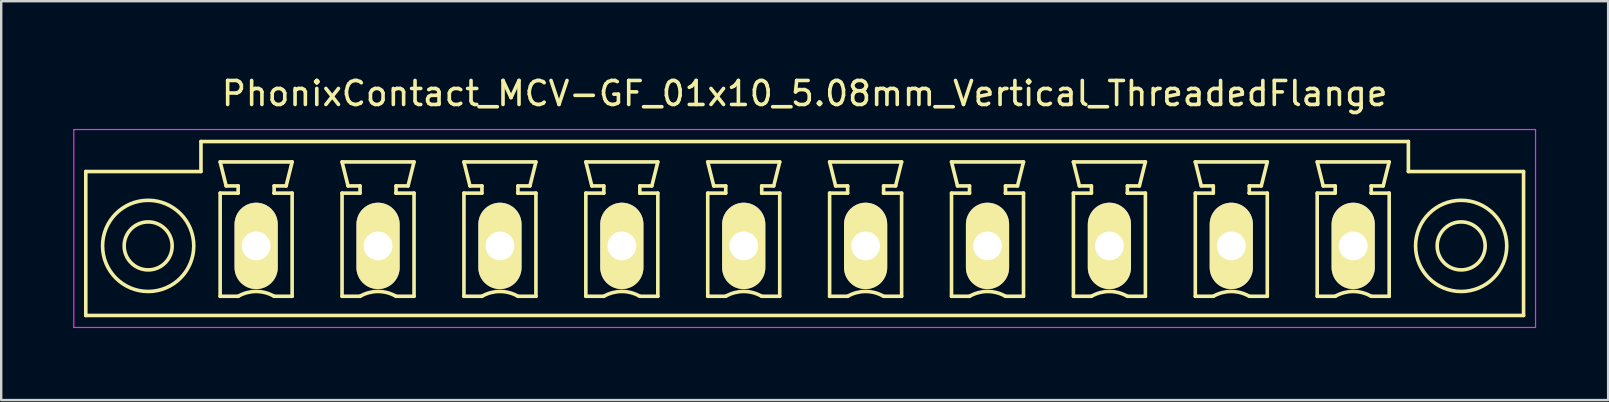
<source format=kicad_pcb>
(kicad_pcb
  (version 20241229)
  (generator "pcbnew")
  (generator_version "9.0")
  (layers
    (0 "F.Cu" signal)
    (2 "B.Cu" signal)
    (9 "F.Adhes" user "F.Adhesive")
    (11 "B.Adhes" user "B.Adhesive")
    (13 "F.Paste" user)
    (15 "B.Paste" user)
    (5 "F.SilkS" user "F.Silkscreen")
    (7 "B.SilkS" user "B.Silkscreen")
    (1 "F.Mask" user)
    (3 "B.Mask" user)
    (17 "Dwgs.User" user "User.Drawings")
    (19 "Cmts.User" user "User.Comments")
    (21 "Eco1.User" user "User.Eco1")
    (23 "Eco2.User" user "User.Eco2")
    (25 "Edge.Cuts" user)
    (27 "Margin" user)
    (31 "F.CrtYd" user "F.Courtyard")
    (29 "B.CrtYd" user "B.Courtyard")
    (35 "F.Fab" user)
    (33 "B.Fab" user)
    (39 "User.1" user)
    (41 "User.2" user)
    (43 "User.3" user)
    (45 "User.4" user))
  (footprint "PhonixContact_MCV-GF_01x10_5.08mm_Vertical_ThreadedFlange"
    (layer "F.Cu")
    (at 7.625 7.198)
    (property "Reference" "PhonixContact_MCV-GF_01x10_5.08mm_Vertical_ThreadedFlange" (at 22.86 -6.35 0) (layer "F.SilkS") (effects (font (size 1 1) (thickness 0.15))))
    (attr through_hole)
    (fp_line (start -7.1 -3.1) (end -7.1 2.9) (stroke (width 0.15) (type solid)) (layer "F.SilkS"))
    (fp_line (start -7.1 2.9) (end 52.82 2.9) (stroke (width 0.15) (type solid)) (layer "F.SilkS"))
    (fp_line (start -2.3 -4.35) (end -2.3 -3.1) (stroke (width 0.15) (type solid)) (layer "F.SilkS"))
    (fp_line (start -2.3 -3.1) (end -7.1 -3.1) (stroke (width 0.15) (type solid)) (layer "F.SilkS"))
    (fp_line (start -1.5 -3.5) (end 1.5 -3.5) (stroke (width 0.15) (type solid)) (layer "F.SilkS"))
    (fp_line (start -1.5 -2.2) (end -0.75 -2.2) (stroke (width 0.15) (type solid)) (layer "F.SilkS"))
    (fp_line (start -1.5 2.1) (end -1.5 -2.2) (stroke (width 0.15) (type solid)) (layer "F.SilkS"))
    (fp_line (start -1.25 -2.5) (end -1.5 -3.5) (stroke (width 0.15) (type solid)) (layer "F.SilkS"))
    (fp_line (start -0.75 -2.5) (end -1.25 -2.5) (stroke (width 0.15) (type solid)) (layer "F.SilkS"))
    (fp_line (start -0.75 -2.2) (end -0.75 -2.5) (stroke (width 0.15) (type solid)) (layer "F.SilkS"))
    (fp_line (start -0.75 2.1) (end -1.5 2.1) (stroke (width 0.15) (type solid)) (layer "F.SilkS"))
    (fp_line (start 0.75 -2.5) (end 0.75 -2.2) (stroke (width 0.15) (type solid)) (layer "F.SilkS"))
    (fp_line (start 0.75 -2.2) (end 0.75 -2.2) (stroke (width 0.15) (type solid)) (layer "F.SilkS"))
    (fp_line (start 0.75 -2.2) (end 1.5 -2.2) (stroke (width 0.15) (type solid)) (layer "F.SilkS"))
    (fp_line (start 1.25 -2.5) (end 0.75 -2.5) (stroke (width 0.15) (type solid)) (layer "F.SilkS"))
    (fp_line (start 1.5 -3.5) (end 1.25 -2.5) (stroke (width 0.15) (type solid)) (layer "F.SilkS"))
    (fp_line (start 1.5 -2.2) (end 1.5 2.1) (stroke (width 0.15) (type solid)) (layer "F.SilkS"))
    (fp_line (start 1.5 2.1) (end 0.75 2.1) (stroke (width 0.15) (type solid)) (layer "F.SilkS"))
    (fp_line (start 3.58 -3.5) (end 6.58 -3.5) (stroke (width 0.15) (type solid)) (layer "F.SilkS"))
    (fp_line (start 3.58 -2.2) (end 4.33 -2.2) (stroke (width 0.15) (type solid)) (layer "F.SilkS"))
    (fp_line (start 3.58 2.1) (end 3.58 -2.2) (stroke (width 0.15) (type solid)) (layer "F.SilkS"))
    (fp_line (start 3.83 -2.5) (end 3.58 -3.5) (stroke (width 0.15) (type solid)) (layer "F.SilkS"))
    (fp_line (start 4.33 -2.5) (end 3.83 -2.5) (stroke (width 0.15) (type solid)) (layer "F.SilkS"))
    (fp_line (start 4.33 -2.2) (end 4.33 -2.5) (stroke (width 0.15) (type solid)) (layer "F.SilkS"))
    (fp_line (start 4.33 2.1) (end 3.58 2.1) (stroke (width 0.15) (type solid)) (layer "F.SilkS"))
    (fp_line (start 5.83 -2.5) (end 5.83 -2.2) (stroke (width 0.15) (type solid)) (layer "F.SilkS"))
    (fp_line (start 5.83 -2.2) (end 5.83 -2.2) (stroke (width 0.15) (type solid)) (layer "F.SilkS"))
    (fp_line (start 5.83 -2.2) (end 6.58 -2.2) (stroke (width 0.15) (type solid)) (layer "F.SilkS"))
    (fp_line (start 6.33 -2.5) (end 5.83 -2.5) (stroke (width 0.15) (type solid)) (layer "F.SilkS"))
    (fp_line (start 6.58 -3.5) (end 6.33 -2.5) (stroke (width 0.15) (type solid)) (layer "F.SilkS"))
    (fp_line (start 6.58 -2.2) (end 6.58 2.1) (stroke (width 0.15) (type solid)) (layer "F.SilkS"))
    (fp_line (start 6.58 2.1) (end 5.83 2.1) (stroke (width 0.15) (type solid)) (layer "F.SilkS"))
    (fp_line (start 8.66 -3.5) (end 11.66 -3.5) (stroke (width 0.15) (type solid)) (layer "F.SilkS"))
    (fp_line (start 8.66 -2.2) (end 9.41 -2.2) (stroke (width 0.15) (type solid)) (layer "F.SilkS"))
    (fp_line (start 8.66 2.1) (end 8.66 -2.2) (stroke (width 0.15) (type solid)) (layer "F.SilkS"))
    (fp_line (start 8.91 -2.5) (end 8.66 -3.5) (stroke (width 0.15) (type solid)) (layer "F.SilkS"))
    (fp_line (start 9.41 -2.5) (end 8.91 -2.5) (stroke (width 0.15) (type solid)) (layer "F.SilkS"))
    (fp_line (start 9.41 -2.2) (end 9.41 -2.5) (stroke (width 0.15) (type solid)) (layer "F.SilkS"))
    (fp_line (start 9.41 2.1) (end 8.66 2.1) (stroke (width 0.15) (type solid)) (layer "F.SilkS"))
    (fp_line (start 10.91 -2.5) (end 10.91 -2.2) (stroke (width 0.15) (type solid)) (layer "F.SilkS"))
    (fp_line (start 10.91 -2.2) (end 10.91 -2.2) (stroke (width 0.15) (type solid)) (layer "F.SilkS"))
    (fp_line (start 10.91 -2.2) (end 11.66 -2.2) (stroke (width 0.15) (type solid)) (layer "F.SilkS"))
    (fp_line (start 11.41 -2.5) (end 10.91 -2.5) (stroke (width 0.15) (type solid)) (layer "F.SilkS"))
    (fp_line (start 11.66 -3.5) (end 11.41 -2.5) (stroke (width 0.15) (type solid)) (layer "F.SilkS"))
    (fp_line (start 11.66 -2.2) (end 11.66 2.1) (stroke (width 0.15) (type solid)) (layer "F.SilkS"))
    (fp_line (start 11.66 2.1) (end 10.91 2.1) (stroke (width 0.15) (type solid)) (layer "F.SilkS"))
    (fp_line (start 13.74 -3.5) (end 16.74 -3.5) (stroke (width 0.15) (type solid)) (layer "F.SilkS"))
    (fp_line (start 13.74 -2.2) (end 14.49 -2.2) (stroke (width 0.15) (type solid)) (layer "F.SilkS"))
    (fp_line (start 13.74 2.1) (end 13.74 -2.2) (stroke (width 0.15) (type solid)) (layer "F.SilkS"))
    (fp_line (start 13.99 -2.5) (end 13.74 -3.5) (stroke (width 0.15) (type solid)) (layer "F.SilkS"))
    (fp_line (start 14.49 -2.5) (end 13.99 -2.5) (stroke (width 0.15) (type solid)) (layer "F.SilkS"))
    (fp_line (start 14.49 -2.2) (end 14.49 -2.5) (stroke (width 0.15) (type solid)) (layer "F.SilkS"))
    (fp_line (start 14.49 2.1) (end 13.74 2.1) (stroke (width 0.15) (type solid)) (layer "F.SilkS"))
    (fp_line (start 15.99 -2.5) (end 15.99 -2.2) (stroke (width 0.15) (type solid)) (layer "F.SilkS"))
    (fp_line (start 15.99 -2.2) (end 15.99 -2.2) (stroke (width 0.15) (type solid)) (layer "F.SilkS"))
    (fp_line (start 15.99 -2.2) (end 16.74 -2.2) (stroke (width 0.15) (type solid)) (layer "F.SilkS"))
    (fp_line (start 16.49 -2.5) (end 15.99 -2.5) (stroke (width 0.15) (type solid)) (layer "F.SilkS"))
    (fp_line (start 16.74 -3.5) (end 16.49 -2.5) (stroke (width 0.15) (type solid)) (layer "F.SilkS"))
    (fp_line (start 16.74 -2.2) (end 16.74 2.1) (stroke (width 0.15) (type solid)) (layer "F.SilkS"))
    (fp_line (start 16.74 2.1) (end 15.99 2.1) (stroke (width 0.15) (type solid)) (layer "F.SilkS"))
    (fp_line (start 18.82 -3.5) (end 21.82 -3.5) (stroke (width 0.15) (type solid)) (layer "F.SilkS"))
    (fp_line (start 18.82 -2.2) (end 19.57 -2.2) (stroke (width 0.15) (type solid)) (layer "F.SilkS"))
    (fp_line (start 18.82 2.1) (end 18.82 -2.2) (stroke (width 0.15) (type solid)) (layer "F.SilkS"))
    (fp_line (start 19.07 -2.5) (end 18.82 -3.5) (stroke (width 0.15) (type solid)) (layer "F.SilkS"))
    (fp_line (start 19.57 -2.5) (end 19.07 -2.5) (stroke (width 0.15) (type solid)) (layer "F.SilkS"))
    (fp_line (start 19.57 -2.2) (end 19.57 -2.5) (stroke (width 0.15) (type solid)) (layer "F.SilkS"))
    (fp_line (start 19.57 2.1) (end 18.82 2.1) (stroke (width 0.15) (type solid)) (layer "F.SilkS"))
    (fp_line (start 21.07 -2.5) (end 21.07 -2.2) (stroke (width 0.15) (type solid)) (layer "F.SilkS"))
    (fp_line (start 21.07 -2.2) (end 21.07 -2.2) (stroke (width 0.15) (type solid)) (layer "F.SilkS"))
    (fp_line (start 21.07 -2.2) (end 21.82 -2.2) (stroke (width 0.15) (type solid)) (layer "F.SilkS"))
    (fp_line (start 21.57 -2.5) (end 21.07 -2.5) (stroke (width 0.15) (type solid)) (layer "F.SilkS"))
    (fp_line (start 21.82 -3.5) (end 21.57 -2.5) (stroke (width 0.15) (type solid)) (layer "F.SilkS"))
    (fp_line (start 21.82 -2.2) (end 21.82 2.1) (stroke (width 0.15) (type solid)) (layer "F.SilkS"))
    (fp_line (start 21.82 2.1) (end 21.07 2.1) (stroke (width 0.15) (type solid)) (layer "F.SilkS"))
    (fp_line (start 23.9 -3.5) (end 26.9 -3.5) (stroke (width 0.15) (type solid)) (layer "F.SilkS"))
    (fp_line (start 23.9 -2.2) (end 24.65 -2.2) (stroke (width 0.15) (type solid)) (layer "F.SilkS"))
    (fp_line (start 23.9 2.1) (end 23.9 -2.2) (stroke (width 0.15) (type solid)) (layer "F.SilkS"))
    (fp_line (start 24.15 -2.5) (end 23.9 -3.5) (stroke (width 0.15) (type solid)) (layer "F.SilkS"))
    (fp_line (start 24.65 -2.5) (end 24.15 -2.5) (stroke (width 0.15) (type solid)) (layer "F.SilkS"))
    (fp_line (start 24.65 -2.2) (end 24.65 -2.5) (stroke (width 0.15) (type solid)) (layer "F.SilkS"))
    (fp_line (start 24.65 2.1) (end 23.9 2.1) (stroke (width 0.15) (type solid)) (layer "F.SilkS"))
    (fp_line (start 26.15 -2.5) (end 26.15 -2.2) (stroke (width 0.15) (type solid)) (layer "F.SilkS"))
    (fp_line (start 26.15 -2.2) (end 26.15 -2.2) (stroke (width 0.15) (type solid)) (layer "F.SilkS"))
    (fp_line (start 26.15 -2.2) (end 26.9 -2.2) (stroke (width 0.15) (type solid)) (layer "F.SilkS"))
    (fp_line (start 26.65 -2.5) (end 26.15 -2.5) (stroke (width 0.15) (type solid)) (layer "F.SilkS"))
    (fp_line (start 26.9 -3.5) (end 26.65 -2.5) (stroke (width 0.15) (type solid)) (layer "F.SilkS"))
    (fp_line (start 26.9 -2.2) (end 26.9 2.1) (stroke (width 0.15) (type solid)) (layer "F.SilkS"))
    (fp_line (start 26.9 2.1) (end 26.15 2.1) (stroke (width 0.15) (type solid)) (layer "F.SilkS"))
    (fp_line (start 28.98 -3.5) (end 31.98 -3.5) (stroke (width 0.15) (type solid)) (layer "F.SilkS"))
    (fp_line (start 28.98 -2.2) (end 29.73 -2.2) (stroke (width 0.15) (type solid)) (layer "F.SilkS"))
    (fp_line (start 28.98 2.1) (end 28.98 -2.2) (stroke (width 0.15) (type solid)) (layer "F.SilkS"))
    (fp_line (start 29.23 -2.5) (end 28.98 -3.5) (stroke (width 0.15) (type solid)) (layer "F.SilkS"))
    (fp_line (start 29.73 -2.5) (end 29.23 -2.5) (stroke (width 0.15) (type solid)) (layer "F.SilkS"))
    (fp_line (start 29.73 -2.2) (end 29.73 -2.5) (stroke (width 0.15) (type solid)) (layer "F.SilkS"))
    (fp_line (start 29.73 2.1) (end 28.98 2.1) (stroke (width 0.15) (type solid)) (layer "F.SilkS"))
    (fp_line (start 31.23 -2.5) (end 31.23 -2.2) (stroke (width 0.15) (type solid)) (layer "F.SilkS"))
    (fp_line (start 31.23 -2.2) (end 31.23 -2.2) (stroke (width 0.15) (type solid)) (layer "F.SilkS"))
    (fp_line (start 31.23 -2.2) (end 31.98 -2.2) (stroke (width 0.15) (type solid)) (layer "F.SilkS"))
    (fp_line (start 31.73 -2.5) (end 31.23 -2.5) (stroke (width 0.15) (type solid)) (layer "F.SilkS"))
    (fp_line (start 31.98 -3.5) (end 31.73 -2.5) (stroke (width 0.15) (type solid)) (layer "F.SilkS"))
    (fp_line (start 31.98 -2.2) (end 31.98 2.1) (stroke (width 0.15) (type solid)) (layer "F.SilkS"))
    (fp_line (start 31.98 2.1) (end 31.23 2.1) (stroke (width 0.15) (type solid)) (layer "F.SilkS"))
    (fp_line (start 34.06 -3.5) (end 37.06 -3.5) (stroke (width 0.15) (type solid)) (layer "F.SilkS"))
    (fp_line (start 34.06 -2.2) (end 34.81 -2.2) (stroke (width 0.15) (type solid)) (layer "F.SilkS"))
    (fp_line (start 34.06 2.1) (end 34.06 -2.2) (stroke (width 0.15) (type solid)) (layer "F.SilkS"))
    (fp_line (start 34.31 -2.5) (end 34.06 -3.5) (stroke (width 0.15) (type solid)) (layer "F.SilkS"))
    (fp_line (start 34.81 -2.5) (end 34.31 -2.5) (stroke (width 0.15) (type solid)) (layer "F.SilkS"))
    (fp_line (start 34.81 -2.2) (end 34.81 -2.5) (stroke (width 0.15) (type solid)) (layer "F.SilkS"))
    (fp_line (start 34.81 2.1) (end 34.06 2.1) (stroke (width 0.15) (type solid)) (layer "F.SilkS"))
    (fp_line (start 36.31 -2.5) (end 36.31 -2.2) (stroke (width 0.15) (type solid)) (layer "F.SilkS"))
    (fp_line (start 36.31 -2.2) (end 36.31 -2.2) (stroke (width 0.15) (type solid)) (layer "F.SilkS"))
    (fp_line (start 36.31 -2.2) (end 37.06 -2.2) (stroke (width 0.15) (type solid)) (layer "F.SilkS"))
    (fp_line (start 36.81 -2.5) (end 36.31 -2.5) (stroke (width 0.15) (type solid)) (layer "F.SilkS"))
    (fp_line (start 37.06 -3.5) (end 36.81 -2.5) (stroke (width 0.15) (type solid)) (layer "F.SilkS"))
    (fp_line (start 37.06 -2.2) (end 37.06 2.1) (stroke (width 0.15) (type solid)) (layer "F.SilkS"))
    (fp_line (start 37.06 2.1) (end 36.31 2.1) (stroke (width 0.15) (type solid)) (layer "F.SilkS"))
    (fp_line (start 39.14 -3.5) (end 42.14 -3.5) (stroke (width 0.15) (type solid)) (layer "F.SilkS"))
    (fp_line (start 39.14 -2.2) (end 39.89 -2.2) (stroke (width 0.15) (type solid)) (layer "F.SilkS"))
    (fp_line (start 39.14 2.1) (end 39.14 -2.2) (stroke (width 0.15) (type solid)) (layer "F.SilkS"))
    (fp_line (start 39.39 -2.5) (end 39.14 -3.5) (stroke (width 0.15) (type solid)) (layer "F.SilkS"))
    (fp_line (start 39.89 -2.5) (end 39.39 -2.5) (stroke (width 0.15) (type solid)) (layer "F.SilkS"))
    (fp_line (start 39.89 -2.2) (end 39.89 -2.5) (stroke (width 0.15) (type solid)) (layer "F.SilkS"))
    (fp_line (start 39.89 2.1) (end 39.14 2.1) (stroke (width 0.15) (type solid)) (layer "F.SilkS"))
    (fp_line (start 41.39 -2.5) (end 41.39 -2.2) (stroke (width 0.15) (type solid)) (layer "F.SilkS"))
    (fp_line (start 41.39 -2.2) (end 41.39 -2.2) (stroke (width 0.15) (type solid)) (layer "F.SilkS"))
    (fp_line (start 41.39 -2.2) (end 42.14 -2.2) (stroke (width 0.15) (type solid)) (layer "F.SilkS"))
    (fp_line (start 41.89 -2.5) (end 41.39 -2.5) (stroke (width 0.15) (type solid)) (layer "F.SilkS"))
    (fp_line (start 42.14 -3.5) (end 41.89 -2.5) (stroke (width 0.15) (type solid)) (layer "F.SilkS"))
    (fp_line (start 42.14 -2.2) (end 42.14 2.1) (stroke (width 0.15) (type solid)) (layer "F.SilkS"))
    (fp_line (start 42.14 2.1) (end 41.39 2.1) (stroke (width 0.15) (type solid)) (layer "F.SilkS"))
    (fp_line (start 44.22 -3.5) (end 47.22 -3.5) (stroke (width 0.15) (type solid)) (layer "F.SilkS"))
    (fp_line (start 44.22 -2.2) (end 44.97 -2.2) (stroke (width 0.15) (type solid)) (layer "F.SilkS"))
    (fp_line (start 44.22 2.1) (end 44.22 -2.2) (stroke (width 0.15) (type solid)) (layer "F.SilkS"))
    (fp_line (start 44.47 -2.5) (end 44.22 -3.5) (stroke (width 0.15) (type solid)) (layer "F.SilkS"))
    (fp_line (start 44.97 -2.5) (end 44.47 -2.5) (stroke (width 0.15) (type solid)) (layer "F.SilkS"))
    (fp_line (start 44.97 -2.2) (end 44.97 -2.5) (stroke (width 0.15) (type solid)) (layer "F.SilkS"))
    (fp_line (start 44.97 2.1) (end 44.22 2.1) (stroke (width 0.15) (type solid)) (layer "F.SilkS"))
    (fp_line (start 46.47 -2.5) (end 46.47 -2.2) (stroke (width 0.15) (type solid)) (layer "F.SilkS"))
    (fp_line (start 46.47 -2.2) (end 46.47 -2.2) (stroke (width 0.15) (type solid)) (layer "F.SilkS"))
    (fp_line (start 46.47 -2.2) (end 47.22 -2.2) (stroke (width 0.15) (type solid)) (layer "F.SilkS"))
    (fp_line (start 46.97 -2.5) (end 46.47 -2.5) (stroke (width 0.15) (type solid)) (layer "F.SilkS"))
    (fp_line (start 47.22 -3.5) (end 46.97 -2.5) (stroke (width 0.15) (type solid)) (layer "F.SilkS"))
    (fp_line (start 47.22 -2.2) (end 47.22 2.1) (stroke (width 0.15) (type solid)) (layer "F.SilkS"))
    (fp_line (start 47.22 2.1) (end 46.47 2.1) (stroke (width 0.15) (type solid)) (layer "F.SilkS"))
    (fp_line (start 48.02 -4.35) (end -2.3 -4.35) (stroke (width 0.15) (type solid)) (layer "F.SilkS"))
    (fp_line (start 48.02 -3.1) (end 48.02 -4.35) (stroke (width 0.15) (type solid)) (layer "F.SilkS"))
    (fp_line (start 52.82 -3.1) (end 48.02 -3.1) (stroke (width 0.15) (type solid)) (layer "F.SilkS"))
    (fp_line (start 52.82 2.9) (end 52.82 -3.1) (stroke (width 0.15) (type solid)) (layer "F.SilkS"))
    (fp_arc (start -0.75 2.1) (mid -0.006068 1.899179) (end 0.739464 2.093978) (stroke (width 0.15) (type solid)) (layer "F.SilkS"))
    (fp_arc (start 4.33 2.1) (mid 5.073932 1.899179) (end 5.819464 2.093978) (stroke (width 0.15) (type solid)) (layer "F.SilkS"))
    (fp_arc (start 9.41 2.1) (mid 10.153932 1.899179) (end 10.899464 2.093978) (stroke (width 0.15) (type solid)) (layer "F.SilkS"))
    (fp_arc (start 14.49 2.1) (mid 15.233932 1.899179) (end 15.979464 2.093978) (stroke (width 0.15) (type solid)) (layer "F.SilkS"))
    (fp_arc (start 19.57 2.1) (mid 20.313932 1.899179) (end 21.059464 2.093978) (stroke (width 0.15) (type solid)) (layer "F.SilkS"))
    (fp_arc (start 24.65 2.1) (mid 25.393932 1.899179) (end 26.139464 2.093978) (stroke (width 0.15) (type solid)) (layer "F.SilkS"))
    (fp_arc (start 29.73 2.1) (mid 30.473932 1.899179) (end 31.219464 2.093978) (stroke (width 0.15) (type solid)) (layer "F.SilkS"))
    (fp_arc (start 34.81 2.1) (mid 35.553932 1.899179) (end 36.299464 2.093978) (stroke (width 0.15) (type solid)) (layer "F.SilkS"))
    (fp_arc (start 39.89 2.1) (mid 40.633932 1.899179) (end 41.379464 2.093978) (stroke (width 0.15) (type solid)) (layer "F.SilkS"))
    (fp_arc (start 44.97 2.1) (mid 45.713932 1.899179) (end 46.459464 2.093978) (stroke (width 0.15) (type solid)) (layer "F.SilkS"))
    (fp_circle (center -4.5 0) (end -3.5 0) (stroke (width 0.15) (type solid)) (fill no) (layer "F.SilkS"))
    (fp_circle (center -4.5 0) (end -2.6 0) (stroke (width 0.15) (type solid)) (fill no) (layer "F.SilkS"))
    (fp_circle (center 50.22 0) (end 51.22 0) (stroke (width 0.15) (type solid)) (fill no) (layer "F.SilkS"))
    (fp_circle (center 50.22 0) (end 52.12 0) (stroke (width 0.15) (type solid)) (fill no) (layer "F.SilkS"))
    (fp_line (start -7.6 -4.85) (end -7.6 3.4) (stroke (width 0.05) (type solid)) (layer "F.CrtYd"))
    (fp_line (start -7.6 3.4) (end 53.32 3.4) (stroke (width 0.05) (type solid)) (layer "F.CrtYd"))
    (fp_line (start 53.32 -4.85) (end -7.6 -4.85) (stroke (width 0.05) (type solid)) (layer "F.CrtYd"))
    (fp_line (start 53.32 3.4) (end 53.32 -4.85) (stroke (width 0.05) (type solid)) (layer "F.CrtYd"))
    (pad "1" thru_hole oval (at 0 0) (size 1.8 3.6) (drill 1.2) (layers "*.Cu" "*.Mask" "F.SilkS"))
    (pad "2" thru_hole oval (at 5.08 0) (size 1.8 3.6) (drill 1.2) (layers "*.Cu" "*.Mask" "F.SilkS"))
    (pad "3" thru_hole oval (at 10.16 0) (size 1.8 3.6) (drill 1.2) (layers "*.Cu" "*.Mask" "F.SilkS"))
    (pad "4" thru_hole oval (at 15.24 0) (size 1.8 3.6) (drill 1.2) (layers "*.Cu" "*.Mask" "F.SilkS"))
    (pad "5" thru_hole oval (at 20.32 0) (size 1.8 3.6) (drill 1.2) (layers "*.Cu" "*.Mask" "F.SilkS"))
    (pad "6" thru_hole oval (at 25.4 0) (size 1.8 3.6) (drill 1.2) (layers "*.Cu" "*.Mask" "F.SilkS"))
    (pad "7" thru_hole oval (at 30.48 0) (size 1.8 3.6) (drill 1.2) (layers "*.Cu" "*.Mask" "F.SilkS"))
    (pad "8" thru_hole oval (at 35.56 0) (size 1.8 3.6) (drill 1.2) (layers "*.Cu" "*.Mask" "F.SilkS"))
    (pad "9" thru_hole oval (at 40.64 0) (size 1.8 3.6) (drill 1.2) (layers "*.Cu" "*.Mask" "F.SilkS"))
    (pad "10" thru_hole oval (at 45.72 0) (size 1.8 3.6) (drill 1.2) (layers "*.Cu" "*.Mask" "F.SilkS")))
  (gr_rect
    (start -3 -3)
    (end 63.97 13.623)
    (stroke (width 0.1) (type default))
    (fill no)
    (layer "Edge.Cuts")))
</source>
